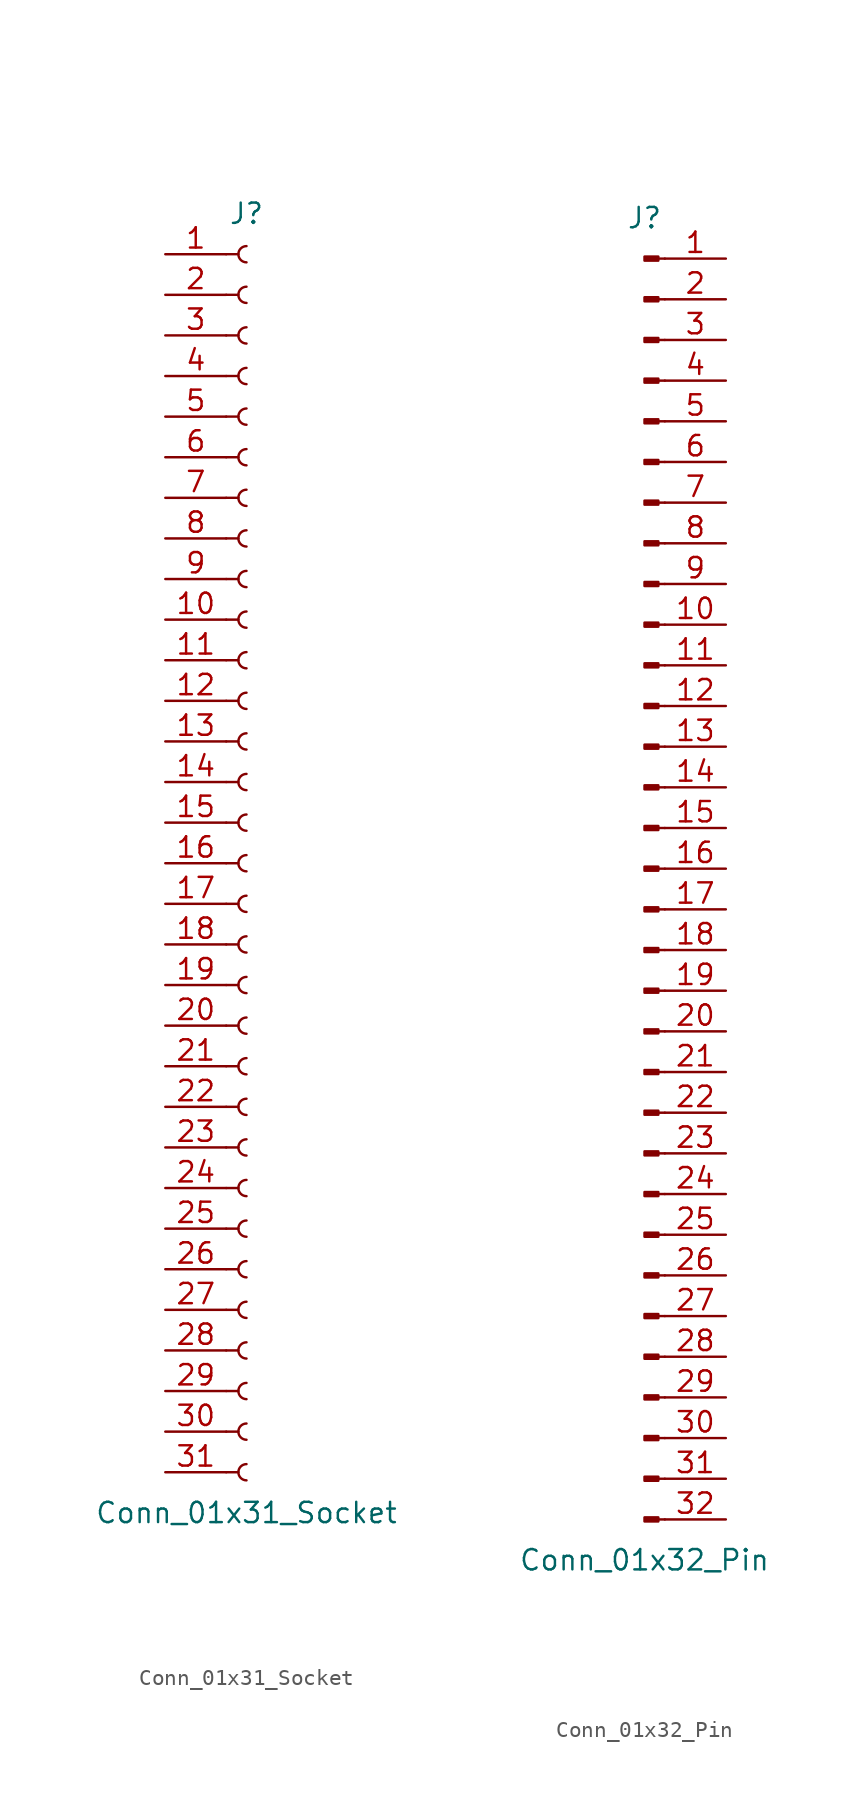
<source format=kicad_sym>
(kicad_symbol_lib
  (version 20220914)
  (generator kicad_symbol_editor)
  (symbol "Conn_01x31_Socket"
    (pin_names
      (offset 1.016) hide)
    (property "Reference" "J"
      (at 0 40.64 0)
      (effects (font (size 1.27 1.27))))
    (property "Value" "Conn_01x31_Socket"
      (at 0 -40.64 0)
      (effects (font (size 1.27 1.27))))
    (property "ki_locked" ""
      (at 0 0 0)
      (effects (font (size 1.27 1.27))))
    (symbol "Conn_01x31_Socket_1_1"
      (arc (start 0 -37.592) (mid -0.5058 -38.1) (end 0 -38.608) (stroke (width 0.1524) (type default)) (fill (type none)))
      (arc (start 0 -35.052) (mid -0.5058 -35.56) (end 0 -36.068) (stroke (width 0.1524) (type default)) (fill (type none)))
      (arc (start 0 -32.512) (mid -0.5058 -33.02) (end 0 -33.528) (stroke (width 0.1524) (type default)) (fill (type none)))
      (arc (start 0 -29.972) (mid -0.5058 -30.48) (end 0 -30.988) (stroke (width 0.1524) (type default)) (fill (type none)))
      (arc (start 0 -27.432) (mid -0.5058 -27.94) (end 0 -28.448) (stroke (width 0.1524) (type default)) (fill (type none)))
      (arc (start 0 -24.892) (mid -0.5058 -25.4) (end 0 -25.908) (stroke (width 0.1524) (type default)) (fill (type none)))
      (arc (start 0 -22.352) (mid -0.5058 -22.86) (end 0 -23.368) (stroke (width 0.1524) (type default)) (fill (type none)))
      (arc (start 0 -19.812) (mid -0.5058 -20.32) (end 0 -20.828) (stroke (width 0.1524) (type default)) (fill (type none)))
      (arc (start 0 -17.272) (mid -0.5058 -17.78) (end 0 -18.288) (stroke (width 0.1524) (type default)) (fill (type none)))
      (arc (start 0 -14.732) (mid -0.5058 -15.24) (end 0 -15.748) (stroke (width 0.1524) (type default)) (fill (type none)))
      (arc (start 0 -12.192) (mid -0.5058 -12.7) (end 0 -13.208) (stroke (width 0.1524) (type default)) (fill (type none)))
      (arc (start 0 -9.652) (mid -0.5058 -10.16) (end 0 -10.668) (stroke (width 0.1524) (type default)) (fill (type none)))
      (arc (start 0 -7.112) (mid -0.5058 -7.62) (end 0 -8.128) (stroke (width 0.1524) (type default)) (fill (type none)))
      (arc (start 0 -4.572) (mid -0.5058 -5.08) (end 0 -5.588) (stroke (width 0.1524) (type default)) (fill (type none)))
      (arc (start 0 -2.032) (mid -0.5058 -2.54) (end 0 -3.048) (stroke (width 0.1524) (type default)) (fill (type none)))
      (polyline (pts (xy -1.27 -38.1) (xy -0.508 -38.1)) (stroke (width 0.152) (type default)) (fill (type none)))
      (polyline (pts (xy -1.27 -35.56) (xy -0.508 -35.56)) (stroke (width 0.152) (type default)) (fill (type none)))
      (polyline (pts (xy -1.27 -33.02) (xy -0.508 -33.02)) (stroke (width 0.152) (type default)) (fill (type none)))
      (polyline (pts (xy -1.27 -30.48) (xy -0.508 -30.48)) (stroke (width 0.152) (type default)) (fill (type none)))
      (polyline (pts (xy -1.27 -27.94) (xy -0.508 -27.94)) (stroke (width 0.152) (type default)) (fill (type none)))
      (polyline (pts (xy -1.27 -25.4) (xy -0.508 -25.4)) (stroke (width 0.152) (type default)) (fill (type none)))
      (polyline (pts (xy -1.27 -22.86) (xy -0.508 -22.86)) (stroke (width 0.152) (type default)) (fill (type none)))
      (polyline (pts (xy -1.27 -20.32) (xy -0.508 -20.32)) (stroke (width 0.152) (type default)) (fill (type none)))
      (polyline (pts (xy -1.27 -17.78) (xy -0.508 -17.78)) (stroke (width 0.152) (type default)) (fill (type none)))
      (polyline (pts (xy -1.27 -15.24) (xy -0.508 -15.24)) (stroke (width 0.152) (type default)) (fill (type none)))
      (polyline (pts (xy -1.27 -12.7) (xy -0.508 -12.7)) (stroke (width 0.152) (type default)) (fill (type none)))
      (polyline (pts (xy -1.27 -10.16) (xy -0.508 -10.16)) (stroke (width 0.152) (type default)) (fill (type none)))
      (polyline (pts (xy -1.27 -7.62) (xy -0.508 -7.62)) (stroke (width 0.152) (type default)) (fill (type none)))
      (polyline (pts (xy -1.27 -5.08) (xy -0.508 -5.08)) (stroke (width 0.152) (type default)) (fill (type none)))
      (polyline (pts (xy -1.27 -2.54) (xy -0.508 -2.54)) (stroke (width 0.152) (type default)) (fill (type none)))
      (polyline (pts (xy -1.27 0) (xy -0.508 0)) (stroke (width 0.152) (type default)) (fill (type none)))
      (polyline (pts (xy -1.27 2.54) (xy -0.508 2.54)) (stroke (width 0.152) (type default)) (fill (type none)))
      (polyline (pts (xy -1.27 5.08) (xy -0.508 5.08)) (stroke (width 0.152) (type default)) (fill (type none)))
      (polyline (pts (xy -1.27 7.62) (xy -0.508 7.62)) (stroke (width 0.152) (type default)) (fill (type none)))
      (polyline (pts (xy -1.27 10.16) (xy -0.508 10.16)) (stroke (width 0.152) (type default)) (fill (type none)))
      (polyline (pts (xy -1.27 12.7) (xy -0.508 12.7)) (stroke (width 0.152) (type default)) (fill (type none)))
      (polyline (pts (xy -1.27 15.24) (xy -0.508 15.24)) (stroke (width 0.152) (type default)) (fill (type none)))
      (polyline (pts (xy -1.27 17.78) (xy -0.508 17.78)) (stroke (width 0.152) (type default)) (fill (type none)))
      (polyline (pts (xy -1.27 20.32) (xy -0.508 20.32)) (stroke (width 0.152) (type default)) (fill (type none)))
      (polyline (pts (xy -1.27 22.86) (xy -0.508 22.86)) (stroke (width 0.152) (type default)) (fill (type none)))
      (polyline (pts (xy -1.27 25.4) (xy -0.508 25.4)) (stroke (width 0.152) (type default)) (fill (type none)))
      (polyline (pts (xy -1.27 27.94) (xy -0.508 27.94)) (stroke (width 0.152) (type default)) (fill (type none)))
      (polyline (pts (xy -1.27 30.48) (xy -0.508 30.48)) (stroke (width 0.152) (type default)) (fill (type none)))
      (polyline (pts (xy -1.27 33.02) (xy -0.508 33.02)) (stroke (width 0.152) (type default)) (fill (type none)))
      (polyline (pts (xy -1.27 35.56) (xy -0.508 35.56)) (stroke (width 0.152) (type default)) (fill (type none)))
      (polyline (pts (xy -1.27 38.1) (xy -0.508 38.1)) (stroke (width 0.152) (type default)) (fill (type none)))
      (arc (start 0 0.508) (mid -0.5058 0) (end 0 -0.508) (stroke (width 0.1524) (type default)) (fill (type none)))
      (arc (start 0 3.048) (mid -0.5058 2.54) (end 0 2.032) (stroke (width 0.1524) (type default)) (fill (type none)))
      (arc (start 0 5.588) (mid -0.5058 5.08) (end 0 4.572) (stroke (width 0.1524) (type default)) (fill (type none)))
      (arc (start 0 8.128) (mid -0.5058 7.62) (end 0 7.112) (stroke (width 0.1524) (type default)) (fill (type none)))
      (arc (start 0 10.668) (mid -0.5058 10.16) (end 0 9.652) (stroke (width 0.1524) (type default)) (fill (type none)))
      (arc (start 0 13.208) (mid -0.5058 12.7) (end 0 12.192) (stroke (width 0.1524) (type default)) (fill (type none)))
      (arc (start 0 15.748) (mid -0.5058 15.24) (end 0 14.732) (stroke (width 0.1524) (type default)) (fill (type none)))
      (arc (start 0 18.288) (mid -0.5058 17.78) (end 0 17.272) (stroke (width 0.1524) (type default)) (fill (type none)))
      (arc (start 0 20.828) (mid -0.5058 20.32) (end 0 19.812) (stroke (width 0.1524) (type default)) (fill (type none)))
      (arc (start 0 23.368) (mid -0.5058 22.86) (end 0 22.352) (stroke (width 0.1524) (type default)) (fill (type none)))
      (arc (start 0 25.908) (mid -0.5058 25.4) (end 0 24.892) (stroke (width 0.1524) (type default)) (fill (type none)))
      (arc (start 0 28.448) (mid -0.5058 27.94) (end 0 27.432) (stroke (width 0.1524) (type default)) (fill (type none)))
      (arc (start 0 30.988) (mid -0.5058 30.48) (end 0 29.972) (stroke (width 0.1524) (type default)) (fill (type none)))
      (arc (start 0 33.528) (mid -0.5058 33.02) (end 0 32.512) (stroke (width 0.1524) (type default)) (fill (type none)))
      (arc (start 0 36.068) (mid -0.5058 35.56) (end 0 35.052) (stroke (width 0.1524) (type default)) (fill (type none)))
      (arc (start 0 38.608) (mid -0.5058 38.1) (end 0 37.592) (stroke (width 0.1524) (type default)) (fill (type none)))
      (pin passive line (at -5.08 38.1 0) (length 3.81) (name "Pin_1" (effects (font (size 1.27 1.27)))) (number "1" (effects (font (size 1.27 1.27)))))
      (pin passive line (at -5.08 15.24 0) (length 3.81) (name "Pin_10" (effects (font (size 1.27 1.27)))) (number "10" (effects (font (size 1.27 1.27)))))
      (pin passive line (at -5.08 12.7 0) (length 3.81) (name "Pin_11" (effects (font (size 1.27 1.27)))) (number "11" (effects (font (size 1.27 1.27)))))
      (pin passive line (at -5.08 10.16 0) (length 3.81) (name "Pin_12" (effects (font (size 1.27 1.27)))) (number "12" (effects (font (size 1.27 1.27)))))
      (pin passive line (at -5.08 7.62 0) (length 3.81) (name "Pin_13" (effects (font (size 1.27 1.27)))) (number "13" (effects (font (size 1.27 1.27)))))
      (pin passive line (at -5.08 5.08 0) (length 3.81) (name "Pin_14" (effects (font (size 1.27 1.27)))) (number "14" (effects (font (size 1.27 1.27)))))
      (pin passive line (at -5.08 2.54 0) (length 3.81) (name "Pin_15" (effects (font (size 1.27 1.27)))) (number "15" (effects (font (size 1.27 1.27)))))
      (pin passive line (at -5.08 0 0) (length 3.81) (name "Pin_16" (effects (font (size 1.27 1.27)))) (number "16" (effects (font (size 1.27 1.27)))))
      (pin passive line (at -5.08 -2.54 0) (length 3.81) (name "Pin_17" (effects (font (size 1.27 1.27)))) (number "17" (effects (font (size 1.27 1.27)))))
      (pin passive line (at -5.08 -5.08 0) (length 3.81) (name "Pin_18" (effects (font (size 1.27 1.27)))) (number "18" (effects (font (size 1.27 1.27)))))
      (pin passive line (at -5.08 -7.62 0) (length 3.81) (name "Pin_19" (effects (font (size 1.27 1.27)))) (number "19" (effects (font (size 1.27 1.27)))))
      (pin passive line (at -5.08 35.56 0) (length 3.81) (name "Pin_2" (effects (font (size 1.27 1.27)))) (number "2" (effects (font (size 1.27 1.27)))))
      (pin passive line (at -5.08 -10.16 0) (length 3.81) (name "Pin_20" (effects (font (size 1.27 1.27)))) (number "20" (effects (font (size 1.27 1.27)))))
      (pin passive line (at -5.08 -12.7 0) (length 3.81) (name "Pin_21" (effects (font (size 1.27 1.27)))) (number "21" (effects (font (size 1.27 1.27)))))
      (pin passive line (at -5.08 -15.24 0) (length 3.81) (name "Pin_22" (effects (font (size 1.27 1.27)))) (number "22" (effects (font (size 1.27 1.27)))))
      (pin passive line (at -5.08 -17.78 0) (length 3.81) (name "Pin_23" (effects (font (size 1.27 1.27)))) (number "23" (effects (font (size 1.27 1.27)))))
      (pin passive line (at -5.08 -20.32 0) (length 3.81) (name "Pin_24" (effects (font (size 1.27 1.27)))) (number "24" (effects (font (size 1.27 1.27)))))
      (pin passive line (at -5.08 -22.86 0) (length 3.81) (name "Pin_25" (effects (font (size 1.27 1.27)))) (number "25" (effects (font (size 1.27 1.27)))))
      (pin passive line (at -5.08 -25.4 0) (length 3.81) (name "Pin_26" (effects (font (size 1.27 1.27)))) (number "26" (effects (font (size 1.27 1.27)))))
      (pin passive line (at -5.08 -27.94 0) (length 3.81) (name "Pin_27" (effects (font (size 1.27 1.27)))) (number "27" (effects (font (size 1.27 1.27)))))
      (pin passive line (at -5.08 -30.48 0) (length 3.81) (name "Pin_28" (effects (font (size 1.27 1.27)))) (number "28" (effects (font (size 1.27 1.27)))))
      (pin passive line (at -5.08 -33.02 0) (length 3.81) (name "Pin_29" (effects (font (size 1.27 1.27)))) (number "29" (effects (font (size 1.27 1.27)))))
      (pin passive line (at -5.08 33.02 0) (length 3.81) (name "Pin_3" (effects (font (size 1.27 1.27)))) (number "3" (effects (font (size 1.27 1.27)))))
      (pin passive line (at -5.08 -35.56 0) (length 3.81) (name "Pin_30" (effects (font (size 1.27 1.27)))) (number "30" (effects (font (size 1.27 1.27)))))
      (pin passive line (at -5.08 -38.1 0) (length 3.81) (name "Pin_31" (effects (font (size 1.27 1.27)))) (number "31" (effects (font (size 1.27 1.27)))))
      (pin passive line (at -5.08 30.48 0) (length 3.81) (name "Pin_4" (effects (font (size 1.27 1.27)))) (number "4" (effects (font (size 1.27 1.27)))))
      (pin passive line (at -5.08 27.94 0) (length 3.81) (name "Pin_5" (effects (font (size 1.27 1.27)))) (number "5" (effects (font (size 1.27 1.27)))))
      (pin passive line (at -5.08 25.4 0) (length 3.81) (name "Pin_6" (effects (font (size 1.27 1.27)))) (number "6" (effects (font (size 1.27 1.27)))))
      (pin passive line (at -5.08 22.86 0) (length 3.81) (name "Pin_7" (effects (font (size 1.27 1.27)))) (number "7" (effects (font (size 1.27 1.27)))))
      (pin passive line (at -5.08 20.32 0) (length 3.81) (name "Pin_8" (effects (font (size 1.27 1.27)))) (number "8" (effects (font (size 1.27 1.27)))))
      (pin passive line (at -5.08 17.78 0) (length 3.81) (name "Pin_9" (effects (font (size 1.27 1.27)))) (number "9" (effects (font (size 1.27 1.27)))))))
  (symbol "Conn_01x32_Pin"
    (pin_names
      (offset 1.016) hide)
    (property "Reference" "J"
      (at 0 40.64 0)
      (effects (font (size 1.27 1.27))))
    (property "Value" "Conn_01x32_Pin"
      (at 0 -43.18 0)
      (effects (font (size 1.27 1.27))))
    (property "ki_locked" ""
      (at 0 0 0)
      (effects (font (size 1.27 1.27))))
    (symbol "Conn_01x32_Pin_1_1"
      (polyline (pts (xy 1.27 -40.64) (xy 0.864 -40.64)) (stroke (width 0.152) (type default)) (fill (type none)))
      (polyline (pts (xy 1.27 -38.1) (xy 0.864 -38.1)) (stroke (width 0.152) (type default)) (fill (type none)))
      (polyline (pts (xy 1.27 -35.56) (xy 0.864 -35.56)) (stroke (width 0.152) (type default)) (fill (type none)))
      (polyline (pts (xy 1.27 -33.02) (xy 0.864 -33.02)) (stroke (width 0.152) (type default)) (fill (type none)))
      (polyline (pts (xy 1.27 -30.48) (xy 0.864 -30.48)) (stroke (width 0.152) (type default)) (fill (type none)))
      (polyline (pts (xy 1.27 -27.94) (xy 0.864 -27.94)) (stroke (width 0.152) (type default)) (fill (type none)))
      (polyline (pts (xy 1.27 -25.4) (xy 0.864 -25.4)) (stroke (width 0.152) (type default)) (fill (type none)))
      (polyline (pts (xy 1.27 -22.86) (xy 0.864 -22.86)) (stroke (width 0.152) (type default)) (fill (type none)))
      (polyline (pts (xy 1.27 -20.32) (xy 0.864 -20.32)) (stroke (width 0.152) (type default)) (fill (type none)))
      (polyline (pts (xy 1.27 -17.78) (xy 0.864 -17.78)) (stroke (width 0.152) (type default)) (fill (type none)))
      (polyline (pts (xy 1.27 -15.24) (xy 0.864 -15.24)) (stroke (width 0.152) (type default)) (fill (type none)))
      (polyline (pts (xy 1.27 -12.7) (xy 0.864 -12.7)) (stroke (width 0.152) (type default)) (fill (type none)))
      (polyline (pts (xy 1.27 -10.16) (xy 0.864 -10.16)) (stroke (width 0.152) (type default)) (fill (type none)))
      (polyline (pts (xy 1.27 -7.62) (xy 0.864 -7.62)) (stroke (width 0.152) (type default)) (fill (type none)))
      (polyline (pts (xy 1.27 -5.08) (xy 0.864 -5.08)) (stroke (width 0.152) (type default)) (fill (type none)))
      (polyline (pts (xy 1.27 -2.54) (xy 0.864 -2.54)) (stroke (width 0.152) (type default)) (fill (type none)))
      (polyline (pts (xy 1.27 0) (xy 0.864 0)) (stroke (width 0.152) (type default)) (fill (type none)))
      (polyline (pts (xy 1.27 2.54) (xy 0.864 2.54)) (stroke (width 0.152) (type default)) (fill (type none)))
      (polyline (pts (xy 1.27 5.08) (xy 0.864 5.08)) (stroke (width 0.152) (type default)) (fill (type none)))
      (polyline (pts (xy 1.27 7.62) (xy 0.864 7.62)) (stroke (width 0.152) (type default)) (fill (type none)))
      (polyline (pts (xy 1.27 10.16) (xy 0.864 10.16)) (stroke (width 0.152) (type default)) (fill (type none)))
      (polyline (pts (xy 1.27 12.7) (xy 0.864 12.7)) (stroke (width 0.152) (type default)) (fill (type none)))
      (polyline (pts (xy 1.27 15.24) (xy 0.864 15.24)) (stroke (width 0.152) (type default)) (fill (type none)))
      (polyline (pts (xy 1.27 17.78) (xy 0.864 17.78)) (stroke (width 0.152) (type default)) (fill (type none)))
      (polyline (pts (xy 1.27 20.32) (xy 0.864 20.32)) (stroke (width 0.152) (type default)) (fill (type none)))
      (polyline (pts (xy 1.27 22.86) (xy 0.864 22.86)) (stroke (width 0.152) (type default)) (fill (type none)))
      (polyline (pts (xy 1.27 25.4) (xy 0.864 25.4)) (stroke (width 0.152) (type default)) (fill (type none)))
      (polyline (pts (xy 1.27 27.94) (xy 0.864 27.94)) (stroke (width 0.152) (type default)) (fill (type none)))
      (polyline (pts (xy 1.27 30.48) (xy 0.864 30.48)) (stroke (width 0.152) (type default)) (fill (type none)))
      (polyline (pts (xy 1.27 33.02) (xy 0.864 33.02)) (stroke (width 0.152) (type default)) (fill (type none)))
      (polyline (pts (xy 1.27 35.56) (xy 0.864 35.56)) (stroke (width 0.152) (type default)) (fill (type none)))
      (polyline (pts (xy 1.27 38.1) (xy 0.864 38.1)) (stroke (width 0.152) (type default)) (fill (type none)))
      (rectangle (start 0.864 -40.513) (end 0 -40.767) (stroke (width 0.152) (type default)) (fill (type outline)))
      (rectangle (start 0.864 -37.973) (end 0 -38.227) (stroke (width 0.152) (type default)) (fill (type outline)))
      (rectangle (start 0.864 -35.433) (end 0 -35.687) (stroke (width 0.152) (type default)) (fill (type outline)))
      (rectangle (start 0.864 -32.893) (end 0 -33.147) (stroke (width 0.152) (type default)) (fill (type outline)))
      (rectangle (start 0.864 -30.353) (end 0 -30.607) (stroke (width 0.152) (type default)) (fill (type outline)))
      (rectangle (start 0.864 -27.813) (end 0 -28.067) (stroke (width 0.152) (type default)) (fill (type outline)))
      (rectangle (start 0.864 -25.273) (end 0 -25.527) (stroke (width 0.152) (type default)) (fill (type outline)))
      (rectangle (start 0.864 -22.733) (end 0 -22.987) (stroke (width 0.152) (type default)) (fill (type outline)))
      (rectangle (start 0.864 -20.193) (end 0 -20.447) (stroke (width 0.152) (type default)) (fill (type outline)))
      (rectangle (start 0.864 -17.653) (end 0 -17.907) (stroke (width 0.152) (type default)) (fill (type outline)))
      (rectangle (start 0.864 -15.113) (end 0 -15.367) (stroke (width 0.152) (type default)) (fill (type outline)))
      (rectangle (start 0.864 -12.573) (end 0 -12.827) (stroke (width 0.152) (type default)) (fill (type outline)))
      (rectangle (start 0.864 -10.033) (end 0 -10.287) (stroke (width 0.152) (type default)) (fill (type outline)))
      (rectangle (start 0.864 -7.493) (end 0 -7.747) (stroke (width 0.152) (type default)) (fill (type outline)))
      (rectangle (start 0.864 -4.953) (end 0 -5.207) (stroke (width 0.152) (type default)) (fill (type outline)))
      (rectangle (start 0.864 -2.413) (end 0 -2.667) (stroke (width 0.152) (type default)) (fill (type outline)))
      (rectangle (start 0.864 0.127) (end 0 -0.127) (stroke (width 0.152) (type default)) (fill (type outline)))
      (rectangle (start 0.864 2.667) (end 0 2.413) (stroke (width 0.152) (type default)) (fill (type outline)))
      (rectangle (start 0.864 5.207) (end 0 4.953) (stroke (width 0.152) (type default)) (fill (type outline)))
      (rectangle (start 0.864 7.747) (end 0 7.493) (stroke (width 0.152) (type default)) (fill (type outline)))
      (rectangle (start 0.864 10.287) (end 0 10.033) (stroke (width 0.152) (type default)) (fill (type outline)))
      (rectangle (start 0.864 12.827) (end 0 12.573) (stroke (width 0.152) (type default)) (fill (type outline)))
      (rectangle (start 0.864 15.367) (end 0 15.113) (stroke (width 0.152) (type default)) (fill (type outline)))
      (rectangle (start 0.864 17.907) (end 0 17.653) (stroke (width 0.152) (type default)) (fill (type outline)))
      (rectangle (start 0.864 20.447) (end 0 20.193) (stroke (width 0.152) (type default)) (fill (type outline)))
      (rectangle (start 0.864 22.987) (end 0 22.733) (stroke (width 0.152) (type default)) (fill (type outline)))
      (rectangle (start 0.864 25.527) (end 0 25.273) (stroke (width 0.152) (type default)) (fill (type outline)))
      (rectangle (start 0.864 28.067) (end 0 27.813) (stroke (width 0.152) (type default)) (fill (type outline)))
      (rectangle (start 0.864 30.607) (end 0 30.353) (stroke (width 0.152) (type default)) (fill (type outline)))
      (rectangle (start 0.864 33.147) (end 0 32.893) (stroke (width 0.152) (type default)) (fill (type outline)))
      (rectangle (start 0.864 35.687) (end 0 35.433) (stroke (width 0.152) (type default)) (fill (type outline)))
      (rectangle (start 0.864 38.227) (end 0 37.973) (stroke (width 0.152) (type default)) (fill (type outline)))
      (pin passive line (at 5.08 38.1 180) (length 3.81) (name "Pin_1" (effects (font (size 1.27 1.27)))) (number "1" (effects (font (size 1.27 1.27)))))
      (pin passive line (at 5.08 15.24 180) (length 3.81) (name "Pin_10" (effects (font (size 1.27 1.27)))) (number "10" (effects (font (size 1.27 1.27)))))
      (pin passive line (at 5.08 12.7 180) (length 3.81) (name "Pin_11" (effects (font (size 1.27 1.27)))) (number "11" (effects (font (size 1.27 1.27)))))
      (pin passive line (at 5.08 10.16 180) (length 3.81) (name "Pin_12" (effects (font (size 1.27 1.27)))) (number "12" (effects (font (size 1.27 1.27)))))
      (pin passive line (at 5.08 7.62 180) (length 3.81) (name "Pin_13" (effects (font (size 1.27 1.27)))) (number "13" (effects (font (size 1.27 1.27)))))
      (pin passive line (at 5.08 5.08 180) (length 3.81) (name "Pin_14" (effects (font (size 1.27 1.27)))) (number "14" (effects (font (size 1.27 1.27)))))
      (pin passive line (at 5.08 2.54 180) (length 3.81) (name "Pin_15" (effects (font (size 1.27 1.27)))) (number "15" (effects (font (size 1.27 1.27)))))
      (pin passive line (at 5.08 0 180) (length 3.81) (name "Pin_16" (effects (font (size 1.27 1.27)))) (number "16" (effects (font (size 1.27 1.27)))))
      (pin passive line (at 5.08 -2.54 180) (length 3.81) (name "Pin_17" (effects (font (size 1.27 1.27)))) (number "17" (effects (font (size 1.27 1.27)))))
      (pin passive line (at 5.08 -5.08 180) (length 3.81) (name "Pin_18" (effects (font (size 1.27 1.27)))) (number "18" (effects (font (size 1.27 1.27)))))
      (pin passive line (at 5.08 -7.62 180) (length 3.81) (name "Pin_19" (effects (font (size 1.27 1.27)))) (number "19" (effects (font (size 1.27 1.27)))))
      (pin passive line (at 5.08 35.56 180) (length 3.81) (name "Pin_2" (effects (font (size 1.27 1.27)))) (number "2" (effects (font (size 1.27 1.27)))))
      (pin passive line (at 5.08 -10.16 180) (length 3.81) (name "Pin_20" (effects (font (size 1.27 1.27)))) (number "20" (effects (font (size 1.27 1.27)))))
      (pin passive line (at 5.08 -12.7 180) (length 3.81) (name "Pin_21" (effects (font (size 1.27 1.27)))) (number "21" (effects (font (size 1.27 1.27)))))
      (pin passive line (at 5.08 -15.24 180) (length 3.81) (name "Pin_22" (effects (font (size 1.27 1.27)))) (number "22" (effects (font (size 1.27 1.27)))))
      (pin passive line (at 5.08 -17.78 180) (length 3.81) (name "Pin_23" (effects (font (size 1.27 1.27)))) (number "23" (effects (font (size 1.27 1.27)))))
      (pin passive line (at 5.08 -20.32 180) (length 3.81) (name "Pin_24" (effects (font (size 1.27 1.27)))) (number "24" (effects (font (size 1.27 1.27)))))
      (pin passive line (at 5.08 -22.86 180) (length 3.81) (name "Pin_25" (effects (font (size 1.27 1.27)))) (number "25" (effects (font (size 1.27 1.27)))))
      (pin passive line (at 5.08 -25.4 180) (length 3.81) (name "Pin_26" (effects (font (size 1.27 1.27)))) (number "26" (effects (font (size 1.27 1.27)))))
      (pin passive line (at 5.08 -27.94 180) (length 3.81) (name "Pin_27" (effects (font (size 1.27 1.27)))) (number "27" (effects (font (size 1.27 1.27)))))
      (pin passive line (at 5.08 -30.48 180) (length 3.81) (name "Pin_28" (effects (font (size 1.27 1.27)))) (number "28" (effects (font (size 1.27 1.27)))))
      (pin passive line (at 5.08 -33.02 180) (length 3.81) (name "Pin_29" (effects (font (size 1.27 1.27)))) (number "29" (effects (font (size 1.27 1.27)))))
      (pin passive line (at 5.08 33.02 180) (length 3.81) (name "Pin_3" (effects (font (size 1.27 1.27)))) (number "3" (effects (font (size 1.27 1.27)))))
      (pin passive line (at 5.08 -35.56 180) (length 3.81) (name "Pin_30" (effects (font (size 1.27 1.27)))) (number "30" (effects (font (size 1.27 1.27)))))
      (pin passive line (at 5.08 -38.1 180) (length 3.81) (name "Pin_31" (effects (font (size 1.27 1.27)))) (number "31" (effects (font (size 1.27 1.27)))))
      (pin passive line (at 5.08 -40.64 180) (length 3.81) (name "Pin_32" (effects (font (size 1.27 1.27)))) (number "32" (effects (font (size 1.27 1.27)))))
      (pin passive line (at 5.08 30.48 180) (length 3.81) (name "Pin_4" (effects (font (size 1.27 1.27)))) (number "4" (effects (font (size 1.27 1.27)))))
      (pin passive line (at 5.08 27.94 180) (length 3.81) (name "Pin_5" (effects (font (size 1.27 1.27)))) (number "5" (effects (font (size 1.27 1.27)))))
      (pin passive line (at 5.08 25.4 180) (length 3.81) (name "Pin_6" (effects (font (size 1.27 1.27)))) (number "6" (effects (font (size 1.27 1.27)))))
      (pin passive line (at 5.08 22.86 180) (length 3.81) (name "Pin_7" (effects (font (size 1.27 1.27)))) (number "7" (effects (font (size 1.27 1.27)))))
      (pin passive line (at 5.08 20.32 180) (length 3.81) (name "Pin_8" (effects (font (size 1.27 1.27)))) (number "8" (effects (font (size 1.27 1.27)))))
      (pin passive line (at 5.08 17.78 180) (length 3.81) (name "Pin_9" (effects (font (size 1.27 1.27)))) (number "9" (effects (font (size 1.27 1.27))))))))
</source>
